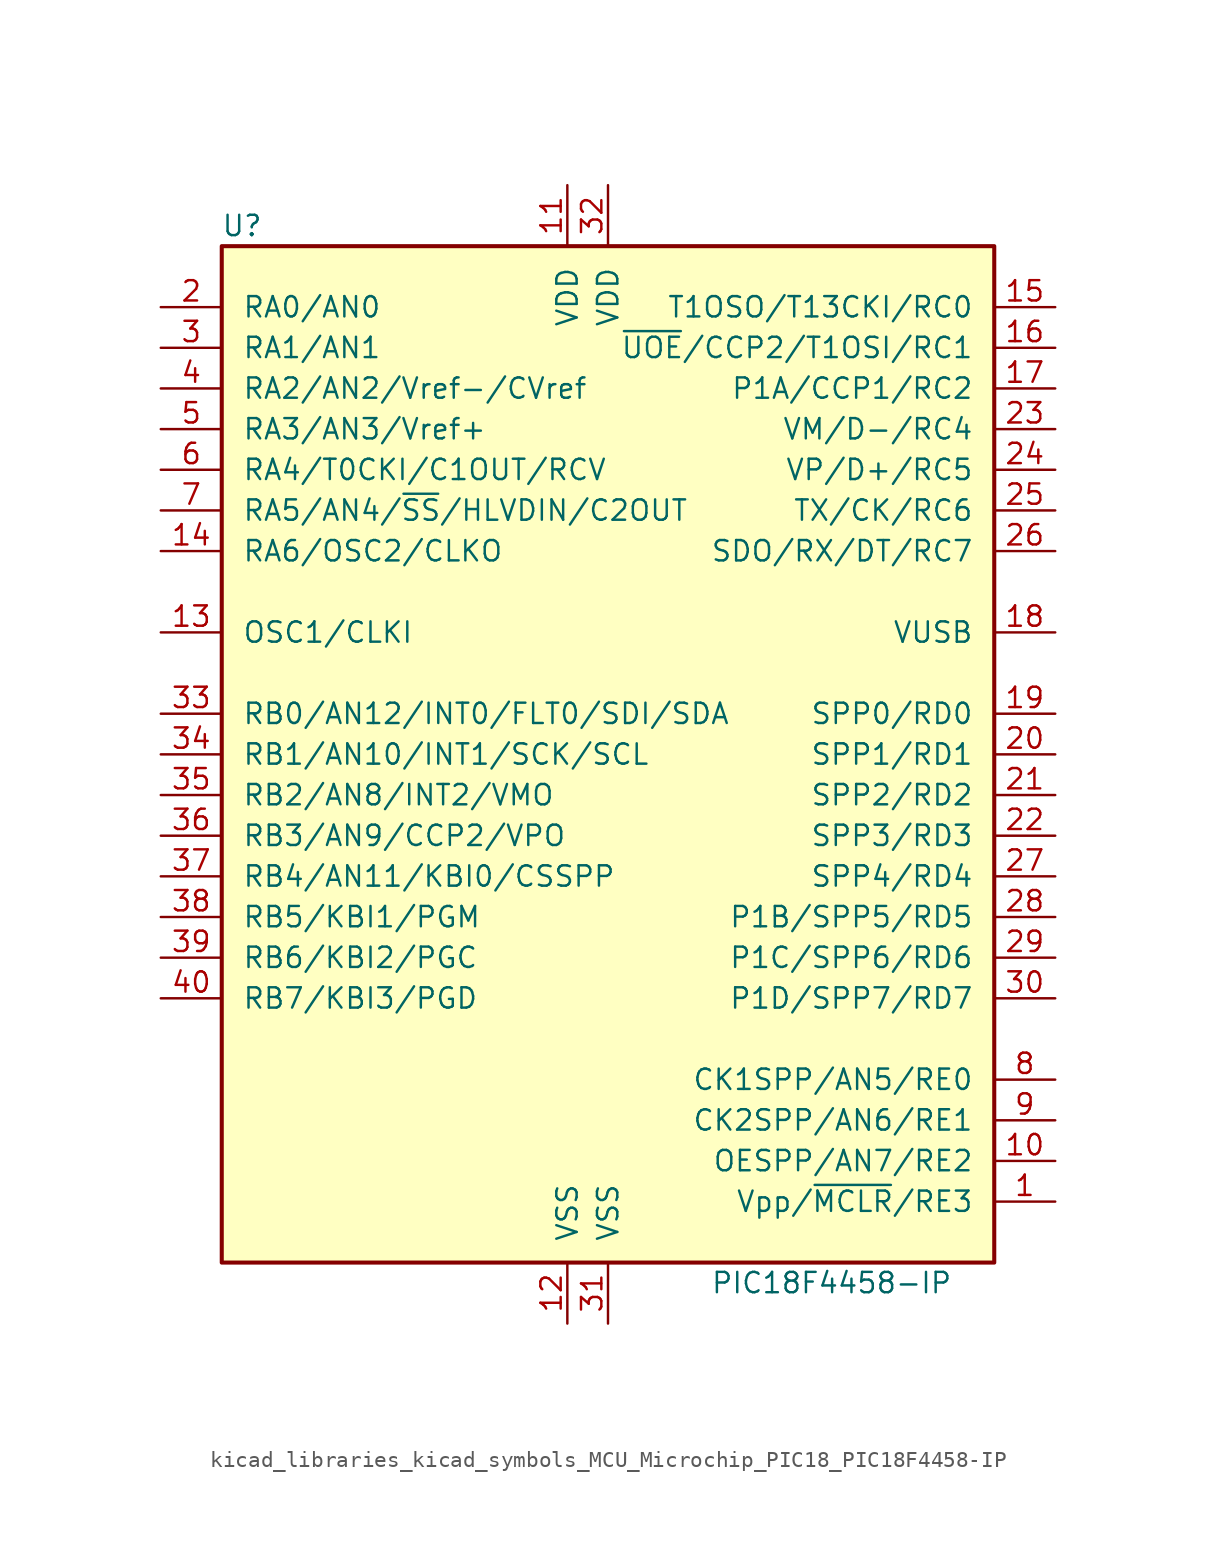
<source format=kicad_sym>
(kicad_symbol_lib
  (version 20220914)
  (generator kicad_symbol_editor)
  (symbol "kicad_libraries_kicad_symbols_MCU_Microchip_PIC18_PIC18F4458-IP"
    (pin_names
      (offset 1.27))
    (property "Reference" "U"
      (at -22.86 33.02 0)
      (effects (font (size 1.27 1.27))))
    (property "Value" "PIC18F4458-IP"
      (at 13.97 -33.02 0)
      (effects (font (size 1.27 1.27))))
    (symbol "kicad_libraries_kicad_symbols_MCU_Microchip_PIC18_PIC18F4458-IP_0_1"
      (rectangle (start -24.13 31.75) (end 24.13 -31.75) (stroke (width 0.254) (type default)) (fill (type background))))
    (symbol "kicad_libraries_kicad_symbols_MCU_Microchip_PIC18_PIC18F4458-IP_1_1"
      (pin input line (at 27.94 -27.94 180) (length 3.81) (name "Vpp/~{MCLR}/RE3" (effects (font (size 1.27 1.27)))) (number "1" (effects (font (size 1.27 1.27)))))
      (pin bidirectional line (at 27.94 -25.4 180) (length 3.81) (name "OESPP/AN7/RE2" (effects (font (size 1.27 1.27)))) (number "10" (effects (font (size 1.27 1.27)))))
      (pin power_in line (at -2.54 35.56 270) (length 3.81) (name "VDD" (effects (font (size 1.27 1.27)))) (number "11" (effects (font (size 1.27 1.27)))))
      (pin power_in line (at -2.54 -35.56 90) (length 3.81) (name "VSS" (effects (font (size 1.27 1.27)))) (number "12" (effects (font (size 1.27 1.27)))))
      (pin input line (at -27.94 7.62 0) (length 3.81) (name "OSC1/CLKI" (effects (font (size 1.27 1.27)))) (number "13" (effects (font (size 1.27 1.27)))))
      (pin bidirectional line (at -27.94 12.7 0) (length 3.81) (name "RA6/OSC2/CLKO" (effects (font (size 1.27 1.27)))) (number "14" (effects (font (size 1.27 1.27)))))
      (pin bidirectional line (at 27.94 27.94 180) (length 3.81) (name "T1OSO/T13CKI/RC0" (effects (font (size 1.27 1.27)))) (number "15" (effects (font (size 1.27 1.27)))))
      (pin bidirectional line (at 27.94 25.4 180) (length 3.81) (name "~{UOE}/CCP2/T1OSI/RC1" (effects (font (size 1.27 1.27)))) (number "16" (effects (font (size 1.27 1.27)))))
      (pin bidirectional line (at 27.94 22.86 180) (length 3.81) (name "P1A/CCP1/RC2" (effects (font (size 1.27 1.27)))) (number "17" (effects (font (size 1.27 1.27)))))
      (pin bidirectional line (at 27.94 7.62 180) (length 3.81) (name "VUSB" (effects (font (size 1.27 1.27)))) (number "18" (effects (font (size 1.27 1.27)))))
      (pin bidirectional line (at 27.94 2.54 180) (length 3.81) (name "SPP0/RD0" (effects (font (size 1.27 1.27)))) (number "19" (effects (font (size 1.27 1.27)))))
      (pin bidirectional line (at -27.94 27.94 0) (length 3.81) (name "RA0/AN0" (effects (font (size 1.27 1.27)))) (number "2" (effects (font (size 1.27 1.27)))))
      (pin bidirectional line (at 27.94 0 180) (length 3.81) (name "SPP1/RD1" (effects (font (size 1.27 1.27)))) (number "20" (effects (font (size 1.27 1.27)))))
      (pin bidirectional line (at 27.94 -2.54 180) (length 3.81) (name "SPP2/RD2" (effects (font (size 1.27 1.27)))) (number "21" (effects (font (size 1.27 1.27)))))
      (pin bidirectional line (at 27.94 -5.08 180) (length 3.81) (name "SPP3/RD3" (effects (font (size 1.27 1.27)))) (number "22" (effects (font (size 1.27 1.27)))))
      (pin bidirectional line (at 27.94 20.32 180) (length 3.81) (name "VM/D-/RC4" (effects (font (size 1.27 1.27)))) (number "23" (effects (font (size 1.27 1.27)))))
      (pin bidirectional line (at 27.94 17.78 180) (length 3.81) (name "VP/D+/RC5" (effects (font (size 1.27 1.27)))) (number "24" (effects (font (size 1.27 1.27)))))
      (pin bidirectional line (at 27.94 15.24 180) (length 3.81) (name "TX/CK/RC6" (effects (font (size 1.27 1.27)))) (number "25" (effects (font (size 1.27 1.27)))))
      (pin bidirectional line (at 27.94 12.7 180) (length 3.81) (name "SDO/RX/DT/RC7" (effects (font (size 1.27 1.27)))) (number "26" (effects (font (size 1.27 1.27)))))
      (pin bidirectional line (at 27.94 -7.62 180) (length 3.81) (name "SPP4/RD4" (effects (font (size 1.27 1.27)))) (number "27" (effects (font (size 1.27 1.27)))))
      (pin bidirectional line (at 27.94 -10.16 180) (length 3.81) (name "P1B/SPP5/RD5" (effects (font (size 1.27 1.27)))) (number "28" (effects (font (size 1.27 1.27)))))
      (pin bidirectional line (at 27.94 -12.7 180) (length 3.81) (name "P1C/SPP6/RD6" (effects (font (size 1.27 1.27)))) (number "29" (effects (font (size 1.27 1.27)))))
      (pin bidirectional line (at -27.94 25.4 0) (length 3.81) (name "RA1/AN1" (effects (font (size 1.27 1.27)))) (number "3" (effects (font (size 1.27 1.27)))))
      (pin bidirectional line (at 27.94 -15.24 180) (length 3.81) (name "P1D/SPP7/RD7" (effects (font (size 1.27 1.27)))) (number "30" (effects (font (size 1.27 1.27)))))
      (pin power_in line (at 0 -35.56 90) (length 3.81) (name "VSS" (effects (font (size 1.27 1.27)))) (number "31" (effects (font (size 1.27 1.27)))))
      (pin power_in line (at 0 35.56 270) (length 3.81) (name "VDD" (effects (font (size 1.27 1.27)))) (number "32" (effects (font (size 1.27 1.27)))))
      (pin bidirectional line (at -27.94 2.54 0) (length 3.81) (name "RB0/AN12/INT0/FLT0/SDI/SDA" (effects (font (size 1.27 1.27)))) (number "33" (effects (font (size 1.27 1.27)))))
      (pin bidirectional line (at -27.94 0 0) (length 3.81) (name "RB1/AN10/INT1/SCK/SCL" (effects (font (size 1.27 1.27)))) (number "34" (effects (font (size 1.27 1.27)))))
      (pin bidirectional line (at -27.94 -2.54 0) (length 3.81) (name "RB2/AN8/INT2/VMO" (effects (font (size 1.27 1.27)))) (number "35" (effects (font (size 1.27 1.27)))))
      (pin bidirectional line (at -27.94 -5.08 0) (length 3.81) (name "RB3/AN9/CCP2/VPO" (effects (font (size 1.27 1.27)))) (number "36" (effects (font (size 1.27 1.27)))))
      (pin bidirectional line (at -27.94 -7.62 0) (length 3.81) (name "RB4/AN11/KBI0/CSSPP" (effects (font (size 1.27 1.27)))) (number "37" (effects (font (size 1.27 1.27)))))
      (pin bidirectional line (at -27.94 -10.16 0) (length 3.81) (name "RB5/KBI1/PGM" (effects (font (size 1.27 1.27)))) (number "38" (effects (font (size 1.27 1.27)))))
      (pin bidirectional line (at -27.94 -12.7 0) (length 3.81) (name "RB6/KBI2/PGC" (effects (font (size 1.27 1.27)))) (number "39" (effects (font (size 1.27 1.27)))))
      (pin bidirectional line (at -27.94 22.86 0) (length 3.81) (name "RA2/AN2/Vref-/CVref" (effects (font (size 1.27 1.27)))) (number "4" (effects (font (size 1.27 1.27)))))
      (pin bidirectional line (at -27.94 -15.24 0) (length 3.81) (name "RB7/KBI3/PGD" (effects (font (size 1.27 1.27)))) (number "40" (effects (font (size 1.27 1.27)))))
      (pin bidirectional line (at -27.94 20.32 0) (length 3.81) (name "RA3/AN3/Vref+" (effects (font (size 1.27 1.27)))) (number "5" (effects (font (size 1.27 1.27)))))
      (pin bidirectional line (at -27.94 17.78 0) (length 3.81) (name "RA4/T0CKI/C1OUT/RCV" (effects (font (size 1.27 1.27)))) (number "6" (effects (font (size 1.27 1.27)))))
      (pin bidirectional line (at -27.94 15.24 0) (length 3.81) (name "RA5/AN4/~{SS}/HLVDIN/C2OUT" (effects (font (size 1.27 1.27)))) (number "7" (effects (font (size 1.27 1.27)))))
      (pin bidirectional line (at 27.94 -20.32 180) (length 3.81) (name "CK1SPP/AN5/RE0" (effects (font (size 1.27 1.27)))) (number "8" (effects (font (size 1.27 1.27)))))
      (pin bidirectional line (at 27.94 -22.86 180) (length 3.81) (name "CK2SPP/AN6/RE1" (effects (font (size 1.27 1.27)))) (number "9" (effects (font (size 1.27 1.27))))))))
</source>
